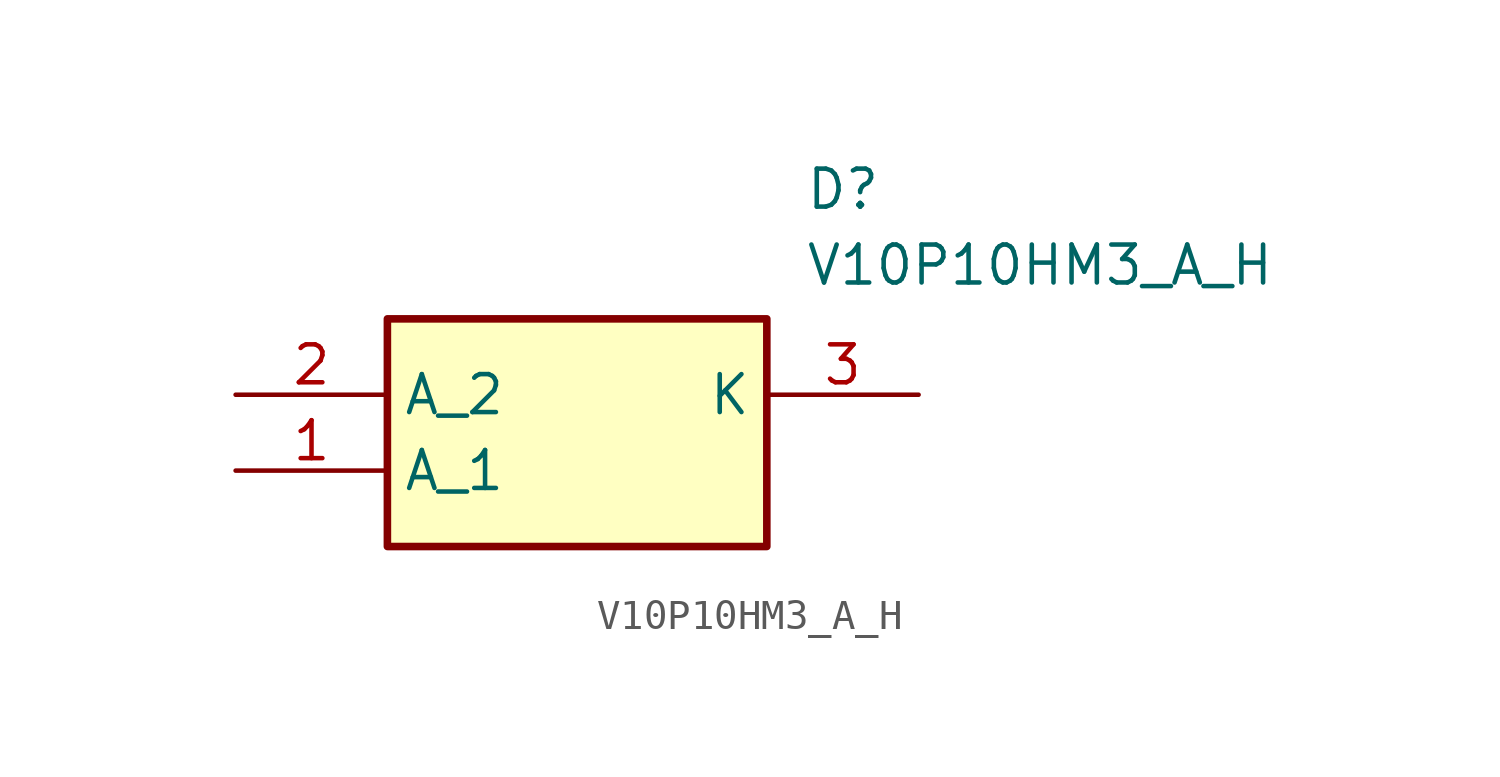
<source format=kicad_sym>
(kicad_symbol_lib
  (version 20211014)
  (generator SamacSys_ECAD_Model)
  (symbol "V10P10HM3_A_H"
    (property "Reference" "D"
      (at 19.05 7.62 0)
      (effects (font (size 1.27 1.27)) (justify left top)))
    (property "Value" "V10P10HM3_A_H"
      (at 19.05 5.08 0)
      (effects (font (size 1.27 1.27)) (justify left top)))
    (rectangle
      (start 5.08 2.54)
      (end 17.78 -5.08)
      (stroke (width 0.254) (type default))
      (fill (type background)))
    (pin passive line
      (at 0 -2.54 0)
      (length 5.08)
      (name "A_1" (effects (font (size 1.27 1.27))))
      (number "1" (effects (font (size 1.27 1.27)))))
    (pin passive line
      (at 0 0 0)
      (length 5.08)
      (name "A_2" (effects (font (size 1.27 1.27))))
      (number "2" (effects (font (size 1.27 1.27)))))
    (pin passive line
      (at 22.86 0 180)
      (length 5.08)
      (name "K" (effects (font (size 1.27 1.27))))
      (number "3" (effects (font (size 1.27 1.27)))))))
</source>
